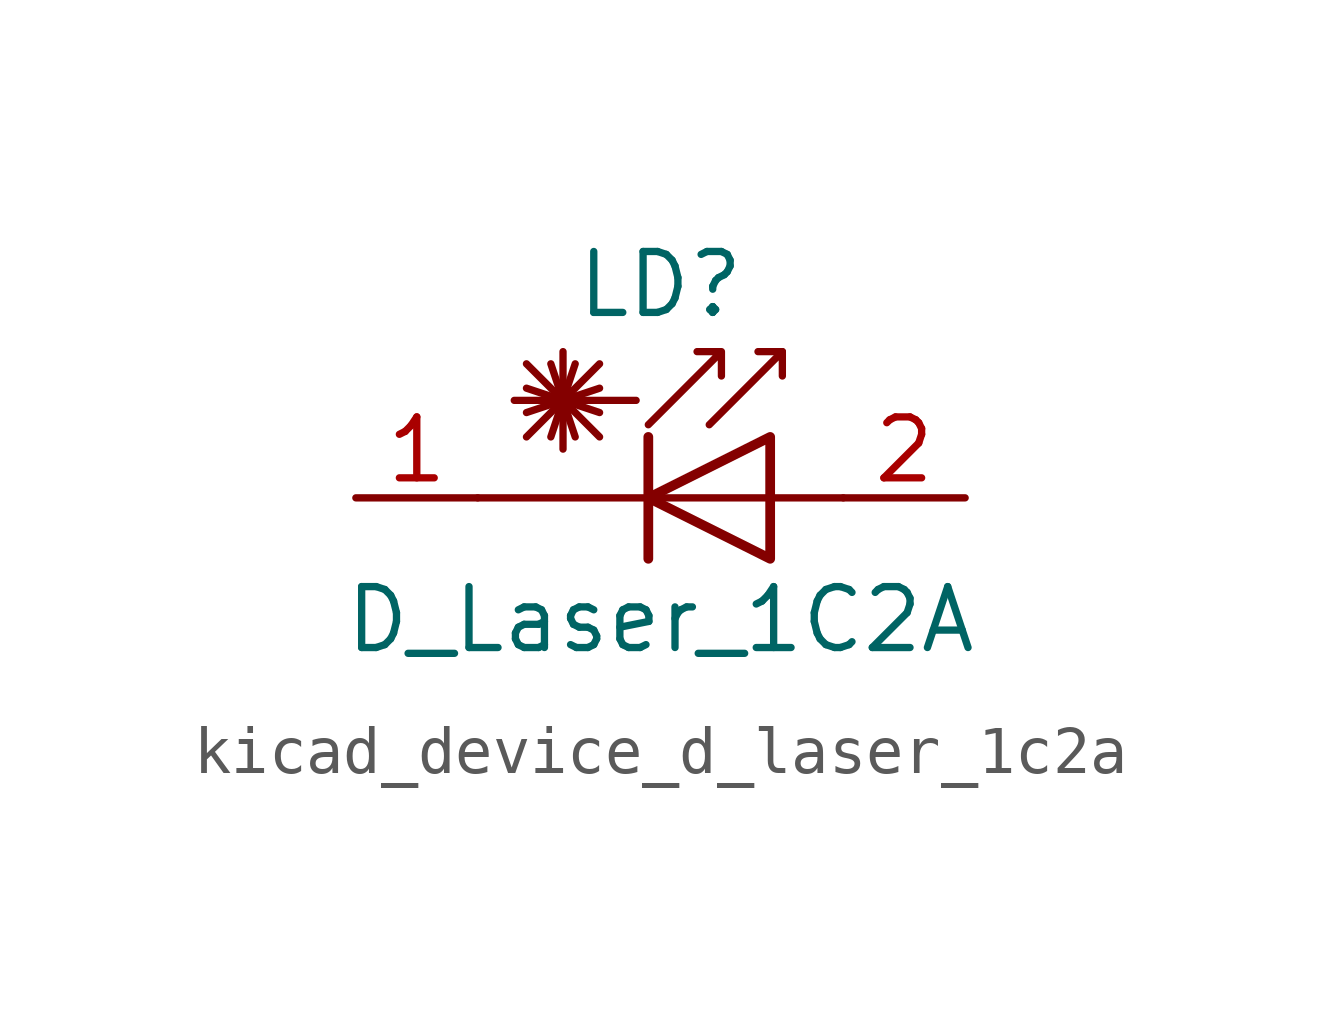
<source format=kicad_sym>
(kicad_symbol_lib
  (version 20220914)
  (generator kicad_symbol_editor)
  (symbol "kicad_device_d_laser_1c2a"
    (pin_names
      (offset 1.016) hide)
    (property "Reference" "LD"
      (at -1.27 4.445 0)
      (effects (font (size 1.27 1.27))))
    (property "Value" "D_Laser_1C2A"
      (at -1.27 -2.54 0)
      (effects (font (size 1.27 1.27))))
    (symbol "kicad_device_d_laser_1c2a_0_1"
      (polyline (pts (xy -4.064 1.27) (xy -2.54 2.794)) (stroke (width 0) (type default)) (fill (type none)))
      (polyline (pts (xy -4.064 1.778) (xy -2.54 2.286)) (stroke (width 0) (type default)) (fill (type none)))
      (polyline (pts (xy -4.064 2.286) (xy -2.54 1.778)) (stroke (width 0) (type default)) (fill (type none)))
      (polyline (pts (xy -4.064 2.794) (xy -2.54 1.27)) (stroke (width 0) (type default)) (fill (type none)))
      (polyline (pts (xy -3.556 2.794) (xy -3.048 1.27)) (stroke (width 0) (type default)) (fill (type none)))
      (polyline (pts (xy -3.302 2.032) (xy -3.302 1.016)) (stroke (width 0) (type default)) (fill (type none)))
      (polyline (pts (xy -3.302 2.032) (xy -3.302 3.048)) (stroke (width 0) (type default)) (fill (type none)))
      (polyline (pts (xy -3.048 2.794) (xy -3.556 1.27)) (stroke (width 0) (type default)) (fill (type none)))
      (polyline (pts (xy -1.778 2.032) (xy -4.318 2.032)) (stroke (width 0) (type default)) (fill (type none)))
      (polyline (pts (xy -1.524 1.27) (xy -1.524 -1.27)) (stroke (width 0.203) (type default)) (fill (type none)))
      (polyline (pts (xy 1.27 3.048) (xy 0.762 3.048)) (stroke (width 0) (type default)) (fill (type none)))
      (polyline (pts (xy 2.54 0) (xy -5.08 0)) (stroke (width 0) (type default)) (fill (type none)))
      (polyline (pts (xy -0.254 1.524) (xy 1.27 3.048) (xy 1.27 2.54)) (stroke (width 0) (type default)) (fill (type none)))
      (polyline (pts (xy 1.016 1.27) (xy 1.016 -1.27) (xy -1.524 0) (xy 1.016 1.27)) (stroke (width 0.203) (type default)) (fill (type none)))
      (polyline (pts (xy -1.524 1.524) (xy 0 3.048) (xy 0 2.54) (xy 0 3.048) (xy -0.508 3.048)) (stroke (width 0) (type default)) (fill (type none))))
    (symbol "kicad_device_d_laser_1c2a_1_1"
      (pin passive line (at -7.62 0 0) (length 2.54) (name "K" (effects (font (size 1.27 1.27)))) (number "1" (effects (font (size 1.27 1.27)))))
      (pin passive line (at 5.08 0 180) (length 2.54) (name "A" (effects (font (size 1.27 1.27)))) (number "2" (effects (font (size 1.27 1.27))))))))
</source>
